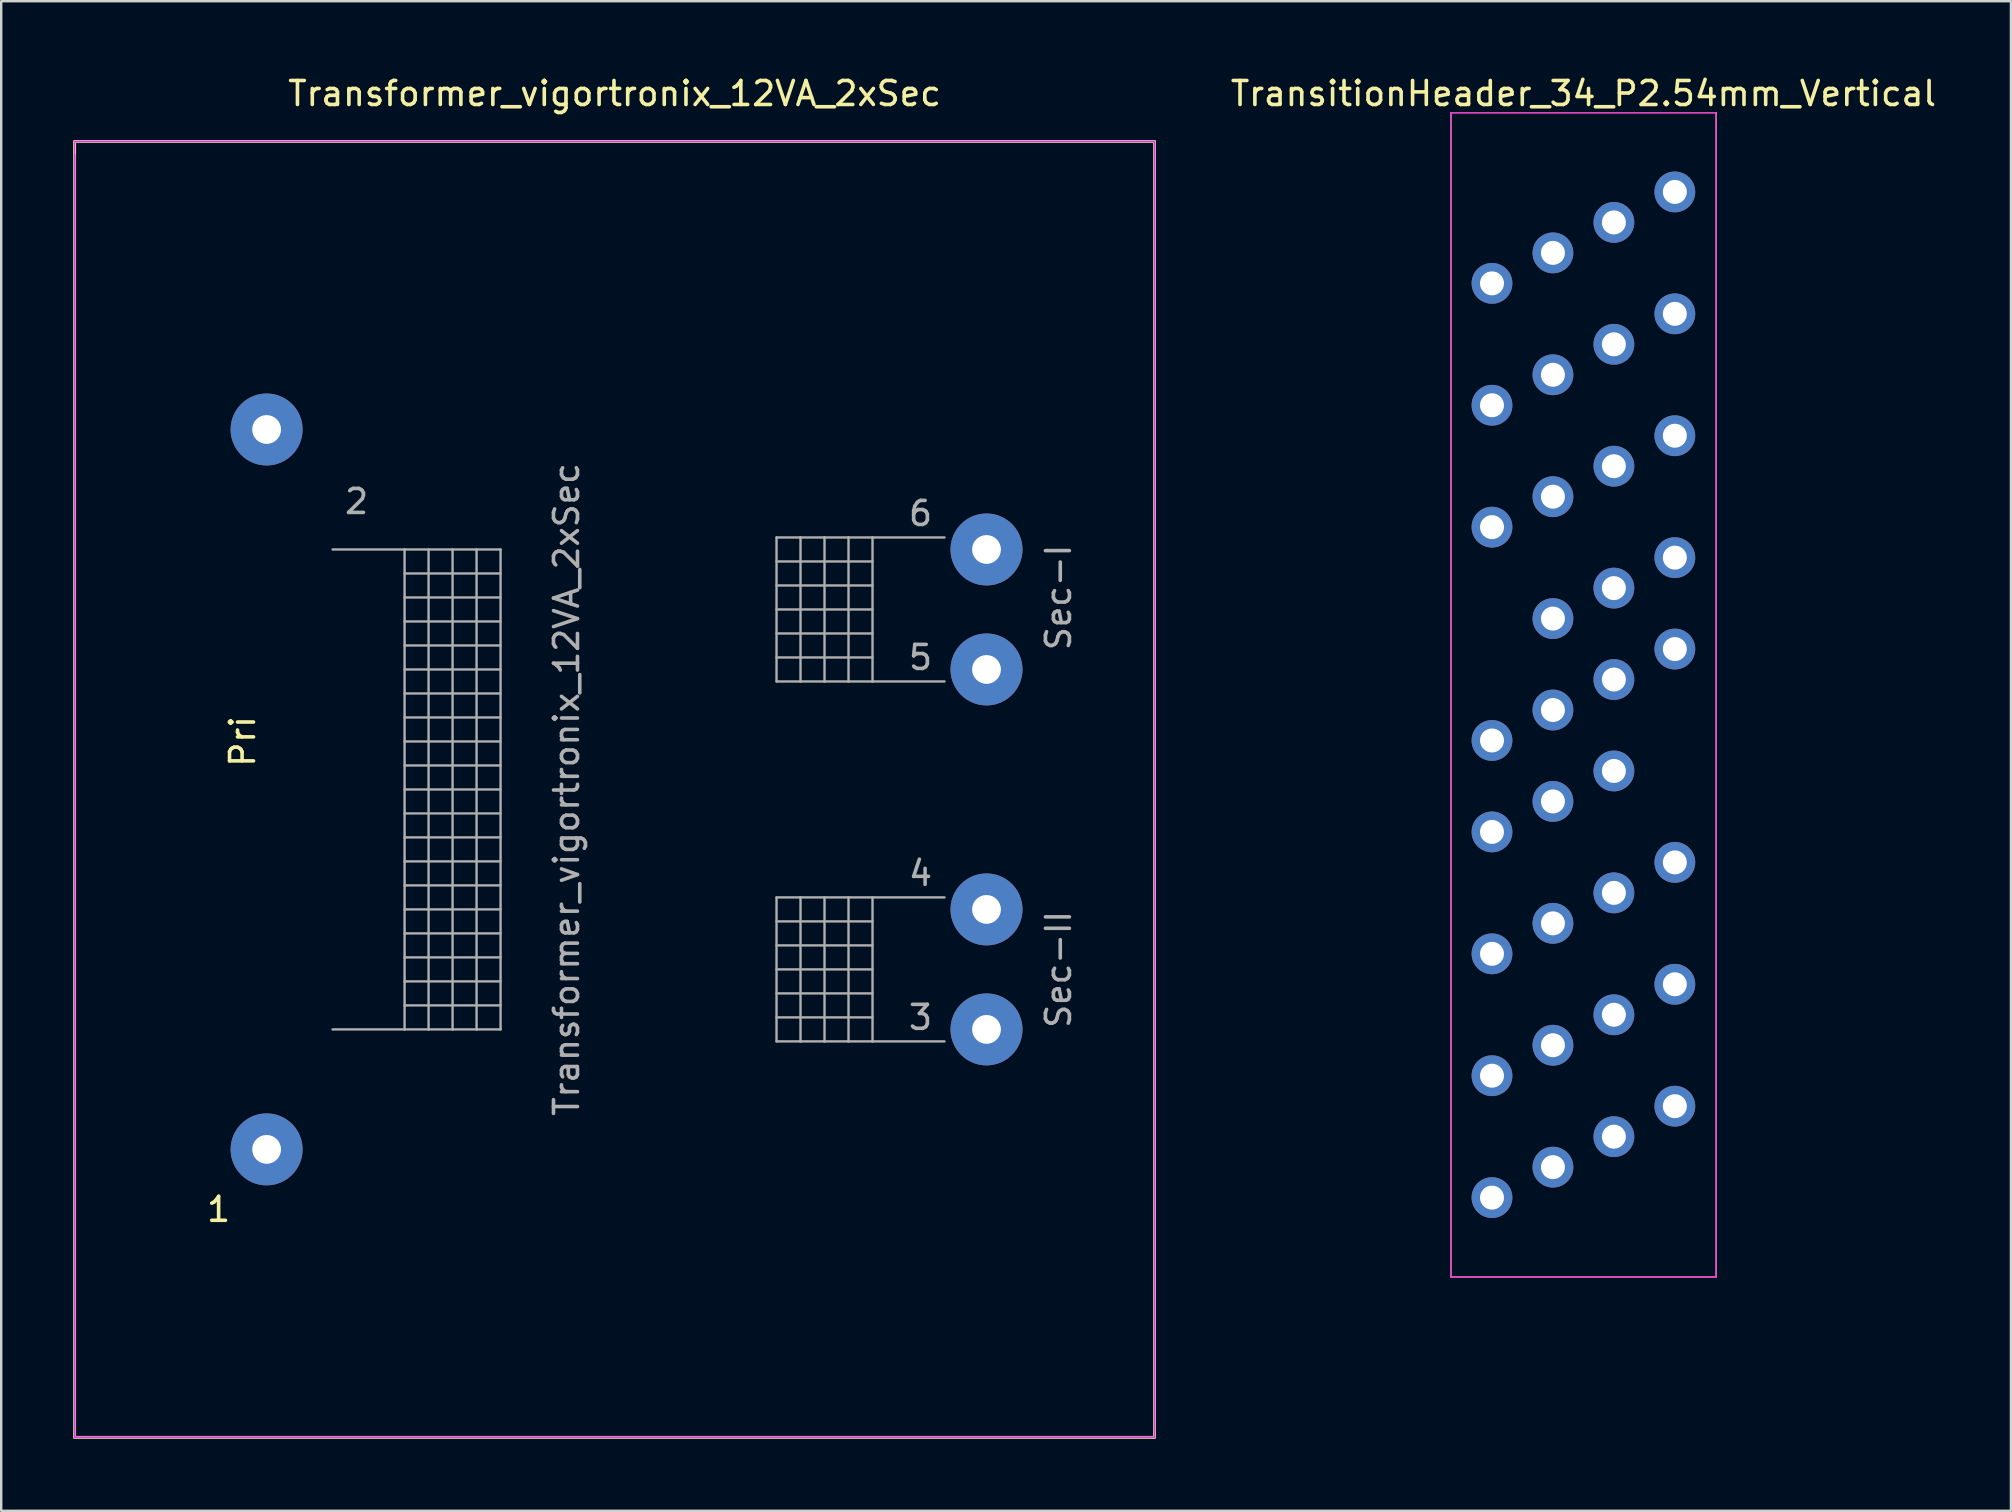
<source format=kicad_pcb>
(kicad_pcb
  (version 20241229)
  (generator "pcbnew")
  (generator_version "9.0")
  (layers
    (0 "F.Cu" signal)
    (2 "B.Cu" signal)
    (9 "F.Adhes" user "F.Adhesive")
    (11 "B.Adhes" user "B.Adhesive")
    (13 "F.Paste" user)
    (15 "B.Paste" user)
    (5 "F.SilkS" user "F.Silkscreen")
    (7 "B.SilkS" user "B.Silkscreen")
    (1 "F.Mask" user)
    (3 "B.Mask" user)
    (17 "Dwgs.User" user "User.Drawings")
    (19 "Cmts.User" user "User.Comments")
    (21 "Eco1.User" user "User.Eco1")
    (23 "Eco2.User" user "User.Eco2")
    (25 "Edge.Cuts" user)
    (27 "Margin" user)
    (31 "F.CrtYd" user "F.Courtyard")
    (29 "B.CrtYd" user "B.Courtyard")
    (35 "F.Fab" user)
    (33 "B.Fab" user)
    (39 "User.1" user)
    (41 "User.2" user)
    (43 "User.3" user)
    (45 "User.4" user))
  (footprint "Transformer_vigortronix_12VA_2xSec"
    (layer "F.Cu")
    (at 8.06 44.848)
    (property "Reference" "Transformer_vigortronix_12VA_2xSec" (at 14.5 -44 0) (layer "F.SilkS") (effects (font (size 1 1) (thickness 0.15))))
    (attr through_hole)
    (fp_line (start -8 -42) (end -8 12) (stroke (width 0.12) (type solid)) (layer "F.SilkS"))
    (fp_line (start 37 -42) (end -8 -42) (stroke (width 0.12) (type solid)) (layer "F.SilkS"))
    (fp_line (start 37 -42) (end 37 12) (stroke (width 0.12) (type solid)) (layer "F.SilkS"))
    (fp_line (start 37 12) (end -8 12) (stroke (width 0.12) (type solid)) (layer "F.SilkS"))
    (fp_line (start -8 -42) (end -8 12) (stroke (width 0.05) (type solid)) (layer "F.CrtYd"))
    (fp_line (start -8 -42) (end 37 -42) (stroke (width 0.05) (type solid)) (layer "F.CrtYd"))
    (fp_line (start 37 12) (end -8 12) (stroke (width 0.05) (type solid)) (layer "F.CrtYd"))
    (fp_line (start 37 12) (end 37 -42) (stroke (width 0.05) (type solid)) (layer "F.CrtYd"))
    (fp_line (start -8 -42) (end 37 -42) (stroke (width 0.1) (type solid)) (layer "F.Fab"))
    (fp_line (start -8 12) (end -8 -41.45) (stroke (width 0.1) (type solid)) (layer "F.Fab"))
    (fp_line (start 2.75 -25) (end 5.75 -25) (stroke (width 0.1) (type solid)) (layer "F.Fab"))
    (fp_line (start 5.75 -25) (end 5.75 -5) (stroke (width 0.1) (type solid)) (layer "F.Fab"))
    (fp_line (start 5.75 -25) (end 9.75 -25) (stroke (width 0.1) (type solid)) (layer "F.Fab"))
    (fp_line (start 5.75 -24) (end 9.75 -24) (stroke (width 0.1) (type solid)) (layer "F.Fab"))
    (fp_line (start 5.75 -23) (end 9.75 -23) (stroke (width 0.1) (type solid)) (layer "F.Fab"))
    (fp_line (start 5.75 -22) (end 9.75 -22) (stroke (width 0.1) (type solid)) (layer "F.Fab"))
    (fp_line (start 5.75 -21) (end 9.75 -21) (stroke (width 0.1) (type solid)) (layer "F.Fab"))
    (fp_line (start 5.75 -19) (end 9.75 -19) (stroke (width 0.1) (type solid)) (layer "F.Fab"))
    (fp_line (start 5.75 -18) (end 9.75 -18) (stroke (width 0.1) (type solid)) (layer "F.Fab"))
    (fp_line (start 5.75 -16) (end 9.75 -16) (stroke (width 0.1) (type solid)) (layer "F.Fab"))
    (fp_line (start 5.75 -14) (end 9.75 -14) (stroke (width 0.1) (type solid)) (layer "F.Fab"))
    (fp_line (start 5.75 -12) (end 9.75 -12) (stroke (width 0.1) (type solid)) (layer "F.Fab"))
    (fp_line (start 5.75 -10) (end 9.75 -10) (stroke (width 0.1) (type solid)) (layer "F.Fab"))
    (fp_line (start 5.75 -8) (end 9.75 -8) (stroke (width 0.1) (type solid)) (layer "F.Fab"))
    (fp_line (start 5.75 -6) (end 9.75 -6) (stroke (width 0.1) (type solid)) (layer "F.Fab"))
    (fp_line (start 5.75 -5) (end 2.75 -5) (stroke (width 0.1) (type solid)) (layer "F.Fab"))
    (fp_line (start 6.75 -25) (end 6.75 -5) (stroke (width 0.1) (type solid)) (layer "F.Fab"))
    (fp_line (start 6.75 -5) (end 5.75 -5) (stroke (width 0.1) (type solid)) (layer "F.Fab"))
    (fp_line (start 7.75 -25) (end 7.75 -5) (stroke (width 0.1) (type solid)) (layer "F.Fab"))
    (fp_line (start 7.75 -5) (end 6.75 -5) (stroke (width 0.1) (type solid)) (layer "F.Fab"))
    (fp_line (start 8.75 -25) (end 8.75 -5) (stroke (width 0.1) (type solid)) (layer "F.Fab"))
    (fp_line (start 8.75 -5) (end 7.75 -5) (stroke (width 0.1) (type solid)) (layer "F.Fab"))
    (fp_line (start 9.75 -25) (end 9.75 -5) (stroke (width 0.1) (type solid)) (layer "F.Fab"))
    (fp_line (start 9.75 -20) (end 5.75 -20) (stroke (width 0.1) (type solid)) (layer "F.Fab"))
    (fp_line (start 9.75 -17) (end 5.75 -17) (stroke (width 0.1) (type solid)) (layer "F.Fab"))
    (fp_line (start 9.75 -15) (end 5.75 -15) (stroke (width 0.1) (type solid)) (layer "F.Fab"))
    (fp_line (start 9.75 -13) (end 5.75 -13) (stroke (width 0.1) (type solid)) (layer "F.Fab"))
    (fp_line (start 9.75 -11) (end 5.75 -11) (stroke (width 0.1) (type solid)) (layer "F.Fab"))
    (fp_line (start 9.75 -9) (end 5.75 -9) (stroke (width 0.1) (type solid)) (layer "F.Fab"))
    (fp_line (start 9.75 -7) (end 5.75 -7) (stroke (width 0.1) (type solid)) (layer "F.Fab"))
    (fp_line (start 9.75 -5) (end 8.75 -5) (stroke (width 0.1) (type solid)) (layer "F.Fab"))
    (fp_line (start 21.25 -25.5) (end 21.25 -19.5) (stroke (width 0.1) (type solid)) (layer "F.Fab"))
    (fp_line (start 21.25 -24.5) (end 25.25 -24.5) (stroke (width 0.1) (type solid)) (layer "F.Fab"))
    (fp_line (start 21.25 -23.5) (end 25.25 -23.5) (stroke (width 0.1) (type solid)) (layer "F.Fab"))
    (fp_line (start 21.25 -22.5) (end 25.25 -22.5) (stroke (width 0.1) (type solid)) (layer "F.Fab"))
    (fp_line (start 21.25 -21.5) (end 25.25 -21.5) (stroke (width 0.1) (type solid)) (layer "F.Fab"))
    (fp_line (start 21.25 -20.5) (end 25.25 -20.5) (stroke (width 0.1) (type solid)) (layer "F.Fab"))
    (fp_line (start 21.25 -19.5) (end 22.25 -19.5) (stroke (width 0.1) (type solid)) (layer "F.Fab"))
    (fp_line (start 21.25 -10.5) (end 21.25 -4.5) (stroke (width 0.1) (type solid)) (layer "F.Fab"))
    (fp_line (start 21.25 -9.5) (end 25.25 -9.5) (stroke (width 0.1) (type solid)) (layer "F.Fab"))
    (fp_line (start 21.25 -8.5) (end 25.25 -8.5) (stroke (width 0.1) (type solid)) (layer "F.Fab"))
    (fp_line (start 21.25 -7.5) (end 25.25 -7.5) (stroke (width 0.1) (type solid)) (layer "F.Fab"))
    (fp_line (start 21.25 -6.5) (end 25.25 -6.5) (stroke (width 0.1) (type solid)) (layer "F.Fab"))
    (fp_line (start 21.25 -5.5) (end 25.25 -5.5) (stroke (width 0.1) (type solid)) (layer "F.Fab"))
    (fp_line (start 21.25 -4.5) (end 22.25 -4.5) (stroke (width 0.1) (type solid)) (layer "F.Fab"))
    (fp_line (start 22.25 -25.5) (end 21.25 -25.5) (stroke (width 0.1) (type solid)) (layer "F.Fab"))
    (fp_line (start 22.25 -25.5) (end 22.25 -19.5) (stroke (width 0.1) (type solid)) (layer "F.Fab"))
    (fp_line (start 22.25 -19.5) (end 23.25 -19.5) (stroke (width 0.1) (type solid)) (layer "F.Fab"))
    (fp_line (start 22.25 -10.5) (end 21.25 -10.5) (stroke (width 0.1) (type solid)) (layer "F.Fab"))
    (fp_line (start 22.25 -10.5) (end 22.25 -4.5) (stroke (width 0.1) (type solid)) (layer "F.Fab"))
    (fp_line (start 22.25 -4.5) (end 23.25 -4.5) (stroke (width 0.1) (type solid)) (layer "F.Fab"))
    (fp_line (start 23.25 -25.5) (end 22.25 -25.5) (stroke (width 0.1) (type solid)) (layer "F.Fab"))
    (fp_line (start 23.25 -25.5) (end 23.25 -19.5) (stroke (width 0.1) (type solid)) (layer "F.Fab"))
    (fp_line (start 23.25 -19.5) (end 24.25 -19.5) (stroke (width 0.1) (type solid)) (layer "F.Fab"))
    (fp_line (start 23.25 -10.5) (end 22.25 -10.5) (stroke (width 0.1) (type solid)) (layer "F.Fab"))
    (fp_line (start 23.25 -10.5) (end 23.25 -4.5) (stroke (width 0.1) (type solid)) (layer "F.Fab"))
    (fp_line (start 23.25 -4.5) (end 24.25 -4.5) (stroke (width 0.1) (type solid)) (layer "F.Fab"))
    (fp_line (start 24.25 -25.5) (end 23.25 -25.5) (stroke (width 0.1) (type solid)) (layer "F.Fab"))
    (fp_line (start 24.25 -25.5) (end 24.25 -19.5) (stroke (width 0.1) (type solid)) (layer "F.Fab"))
    (fp_line (start 24.25 -19.5) (end 25.25 -19.5) (stroke (width 0.1) (type solid)) (layer "F.Fab"))
    (fp_line (start 24.25 -10.5) (end 23.25 -10.5) (stroke (width 0.1) (type solid)) (layer "F.Fab"))
    (fp_line (start 24.25 -10.5) (end 24.25 -4.5) (stroke (width 0.1) (type solid)) (layer "F.Fab"))
    (fp_line (start 24.25 -4.5) (end 25.25 -4.5) (stroke (width 0.1) (type solid)) (layer "F.Fab"))
    (fp_line (start 25.25 -25.5) (end 24.25 -25.5) (stroke (width 0.1) (type solid)) (layer "F.Fab"))
    (fp_line (start 25.25 -25.5) (end 25.25 -19.5) (stroke (width 0.1) (type solid)) (layer "F.Fab"))
    (fp_line (start 25.25 -19.5) (end 28.25 -19.5) (stroke (width 0.1) (type solid)) (layer "F.Fab"))
    (fp_line (start 25.25 -10.5) (end 24.25 -10.5) (stroke (width 0.1) (type solid)) (layer "F.Fab"))
    (fp_line (start 25.25 -10.5) (end 25.25 -4.5) (stroke (width 0.1) (type solid)) (layer "F.Fab"))
    (fp_line (start 25.25 -4.5) (end 28.25 -4.5) (stroke (width 0.1) (type solid)) (layer "F.Fab"))
    (fp_line (start 28.25 -25.5) (end 25.25 -25.5) (stroke (width 0.1) (type solid)) (layer "F.Fab"))
    (fp_line (start 28.25 -10.5) (end 25.25 -10.5) (stroke (width 0.1) (type solid)) (layer "F.Fab"))
    (fp_line (start 37 -42) (end 37 12) (stroke (width 0.1) (type solid)) (layer "F.Fab"))
    (fp_line (start 37 12) (end -8 12) (stroke (width 0.1) (type solid)) (layer "F.Fab"))
    (fp_text user "Pri" (at -1 -17 90) (layer "F.SilkS") (effects (font (size 1 1) (thickness 0.15))))
    (fp_text user "1" (at -2 2.5 0) (layer "F.SilkS") (effects (font (size 1 1) (thickness 0.15))))
    (fp_text user "2" (at 3.75 -27 0) (layer "F.Fab") (effects (font (size 1 1) (thickness 0.15))))
    (fp_text user "6" (at 27.25 -26.5 0) (layer "F.Fab") (effects (font (size 1 1) (thickness 0.15))))
    (fp_text user "5" (at 27.25 -20.5 0) (layer "F.Fab") (effects (font (size 1 1) (thickness 0.15))))
    (fp_text user "Sec-I" (at 33 -23 90) (layer "F.Fab") (effects (font (size 1 1) (thickness 0.15))))
    (fp_text user "Sec-II" (at 33 -7.5 90) (layer "F.Fab") (effects (font (size 1 1) (thickness 0.15))))
    (fp_text user "3" (at 27.25 -5.5 0) (layer "F.Fab") (effects (font (size 1 1) (thickness 0.15))))
    (fp_text user "${REFERENCE}" (at 12.5 -15 90) (layer "F.Fab") (effects (font (size 1 1) (thickness 0.15))))
    (fp_text user "4" (at 27.25 -11.5 0) (layer "F.Fab") (effects (font (size 1 1) (thickness 0.15))))
    (pad "1" thru_hole circle (at 0 0) (size 3 3) (drill 1.2) (layers "*.Cu" "*.Mask"))
    (pad "2" thru_hole circle (at 0 -30) (size 3 3) (drill 1.2) (layers "*.Cu" "*.Mask"))
    (pad "3" thru_hole circle (at 30 -5) (size 3 3) (drill 1.2) (layers "*.Cu" "*.Mask"))
    (pad "4" thru_hole circle (at 30 -10) (size 3 3) (drill 1.2) (layers "*.Cu" "*.Mask"))
    (pad "5" thru_hole circle (at 30 -20) (size 3 3) (drill 1.2) (layers "*.Cu" "*.Mask"))
    (pad "6" thru_hole circle (at 30 -25) (size 3 3) (drill 1.2) (layers "*.Cu" "*.Mask")))
  (footprint "TransitionHeader_34_P2.54mm_Vertical"
    (layer "F.Cu")
    (at 66.745 4.948)
    (property "Reference" "TransitionHeader_34_P2.54mm_Vertical" (at -3.81 -4.1 0) (layer "F.SilkS") (effects (font (size 1 1) (thickness 0.15))))
    (attr through_hole)
    (fp_line (start -9.33 -3.3) (end -9.33 45.214) (stroke (width 0.05) (type solid)) (layer "F.SilkS"))
    (fp_line (start 1.719 -3.3) (end -9.33 -3.3) (stroke (width 0.05) (type solid)) (layer "F.SilkS"))
    (fp_line (start 1.719 -3.3) (end 1.719 45.214) (stroke (width 0.05) (type solid)) (layer "F.SilkS"))
    (fp_line (start 1.719 45.214) (end -9.33 45.214) (stroke (width 0.05) (type solid)) (layer "F.SilkS"))
    (fp_line (start -9.335 -3.302) (end -9.335 45.212) (stroke (width 0.05) (type solid)) (layer "F.CrtYd"))
    (fp_line (start 1.714 -3.302) (end -9.335 -3.302) (stroke (width 0.05) (type solid)) (layer "F.CrtYd"))
    (fp_line (start 1.714 -3.302) (end 1.714 45.212) (stroke (width 0.05) (type solid)) (layer "F.CrtYd"))
    (fp_line (start 1.714 45.212) (end -9.335 45.212) (stroke (width 0.05) (type solid)) (layer "F.CrtYd"))
    (pad "1" thru_hole oval (at 0 0) (size 1.7 1.7) (drill 1) (layers "*.Cu" "*.Mask"))
    (pad "2" thru_hole oval (at -2.54 1.27) (size 1.7 1.7) (drill 1) (layers "*.Cu" "*.Mask"))
    (pad "3" thru_hole oval (at -5.08 2.54) (size 1.7 1.7) (drill 1) (layers "*.Cu" "*.Mask"))
    (pad "4" thru_hole oval (at -7.62 3.81) (size 1.7 1.7) (drill 1) (layers "*.Cu" "*.Mask"))
    (pad "5" thru_hole oval (at 0 5.08) (size 1.7 1.7) (drill 1) (layers "*.Cu" "*.Mask"))
    (pad "6" thru_hole oval (at -2.54 6.35) (size 1.7 1.7) (drill 1) (layers "*.Cu" "*.Mask"))
    (pad "7" thru_hole oval (at -5.08 7.62) (size 1.7 1.7) (drill 1) (layers "*.Cu" "*.Mask"))
    (pad "8" thru_hole oval (at -7.62 8.89) (size 1.7 1.7) (drill 1) (layers "*.Cu" "*.Mask"))
    (pad "9" thru_hole oval (at 0 10.16) (size 1.7 1.7) (drill 1) (layers "*.Cu" "*.Mask"))
    (pad "10" thru_hole oval (at -2.54 11.43) (size 1.7 1.7) (drill 1) (layers "*.Cu" "*.Mask"))
    (pad "11" thru_hole oval (at -5.08 12.7) (size 1.7 1.7) (drill 1) (layers "*.Cu" "*.Mask"))
    (pad "12" thru_hole oval (at -7.62 13.97) (size 1.7 1.7) (drill 1) (layers "*.Cu" "*.Mask"))
    (pad "13" thru_hole oval (at 0 15.24) (size 1.7 1.7) (drill 1) (layers "*.Cu" "*.Mask"))
    (pad "14" thru_hole oval (at -2.54 16.51) (size 1.7 1.7) (drill 1) (layers "*.Cu" "*.Mask"))
    (pad "15" thru_hole oval (at -5.08 17.78) (size 1.7 1.7) (drill 1) (layers "*.Cu" "*.Mask"))
    (pad "16" thru_hole oval (at 0 19.05) (size 1.7 1.7) (drill 1) (layers "*.Cu" "*.Mask"))
    (pad "17" thru_hole oval (at -2.54 20.32) (size 1.7 1.7) (drill 1) (layers "*.Cu" "*.Mask"))
    (pad "18" thru_hole oval (at -5.08 21.59) (size 1.7 1.7) (drill 1) (layers "*.Cu" "*.Mask"))
    (pad "19" thru_hole oval (at -7.62 22.86) (size 1.7 1.7) (drill 1) (layers "*.Cu" "*.Mask"))
    (pad "20" thru_hole oval (at -2.54 24.13) (size 1.7 1.7) (drill 1) (layers "*.Cu" "*.Mask"))
    (pad "21" thru_hole oval (at -5.08 25.4) (size 1.7 1.7) (drill 1) (layers "*.Cu" "*.Mask"))
    (pad "22" thru_hole oval (at -7.62 26.67) (size 1.7 1.7) (drill 1) (layers "*.Cu" "*.Mask"))
    (pad "23" thru_hole oval (at 0 27.94) (size 1.7 1.7) (drill 1) (layers "*.Cu" "*.Mask"))
    (pad "24" thru_hole oval (at -2.54 29.21) (size 1.7 1.7) (drill 1) (layers "*.Cu" "*.Mask"))
    (pad "25" thru_hole oval (at -5.08 30.48) (size 1.7 1.7) (drill 1) (layers "*.Cu" "*.Mask"))
    (pad "26" thru_hole oval (at -7.62 31.75) (size 1.7 1.7) (drill 1) (layers "*.Cu" "*.Mask"))
    (pad "27" thru_hole oval (at 0 33.02) (size 1.7 1.7) (drill 1) (layers "*.Cu" "*.Mask"))
    (pad "28" thru_hole oval (at -2.54 34.29) (size 1.7 1.7) (drill 1) (layers "*.Cu" "*.Mask"))
    (pad "29" thru_hole oval (at -5.08 35.56) (size 1.7 1.7) (drill 1) (layers "*.Cu" "*.Mask"))
    (pad "30" thru_hole oval (at -7.62 36.83) (size 1.7 1.7) (drill 1) (layers "*.Cu" "*.Mask"))
    (pad "31" thru_hole oval (at 0 38.1) (size 1.7 1.7) (drill 1) (layers "*.Cu" "*.Mask"))
    (pad "32" thru_hole oval (at -2.54 39.37) (size 1.7 1.7) (drill 1) (layers "*.Cu" "*.Mask"))
    (pad "33" thru_hole oval (at -5.08 40.64) (size 1.7 1.7) (drill 1) (layers "*.Cu" "*.Mask"))
    (pad "34" thru_hole oval (at -7.62 41.91) (size 1.7 1.7) (drill 1) (layers "*.Cu" "*.Mask")))
  (gr_rect
    (start -3 -3)
    (end 80.751 59.908)
    (stroke (width 0.1) (type default))
    (fill no)
    (layer "Edge.Cuts")))
</source>
